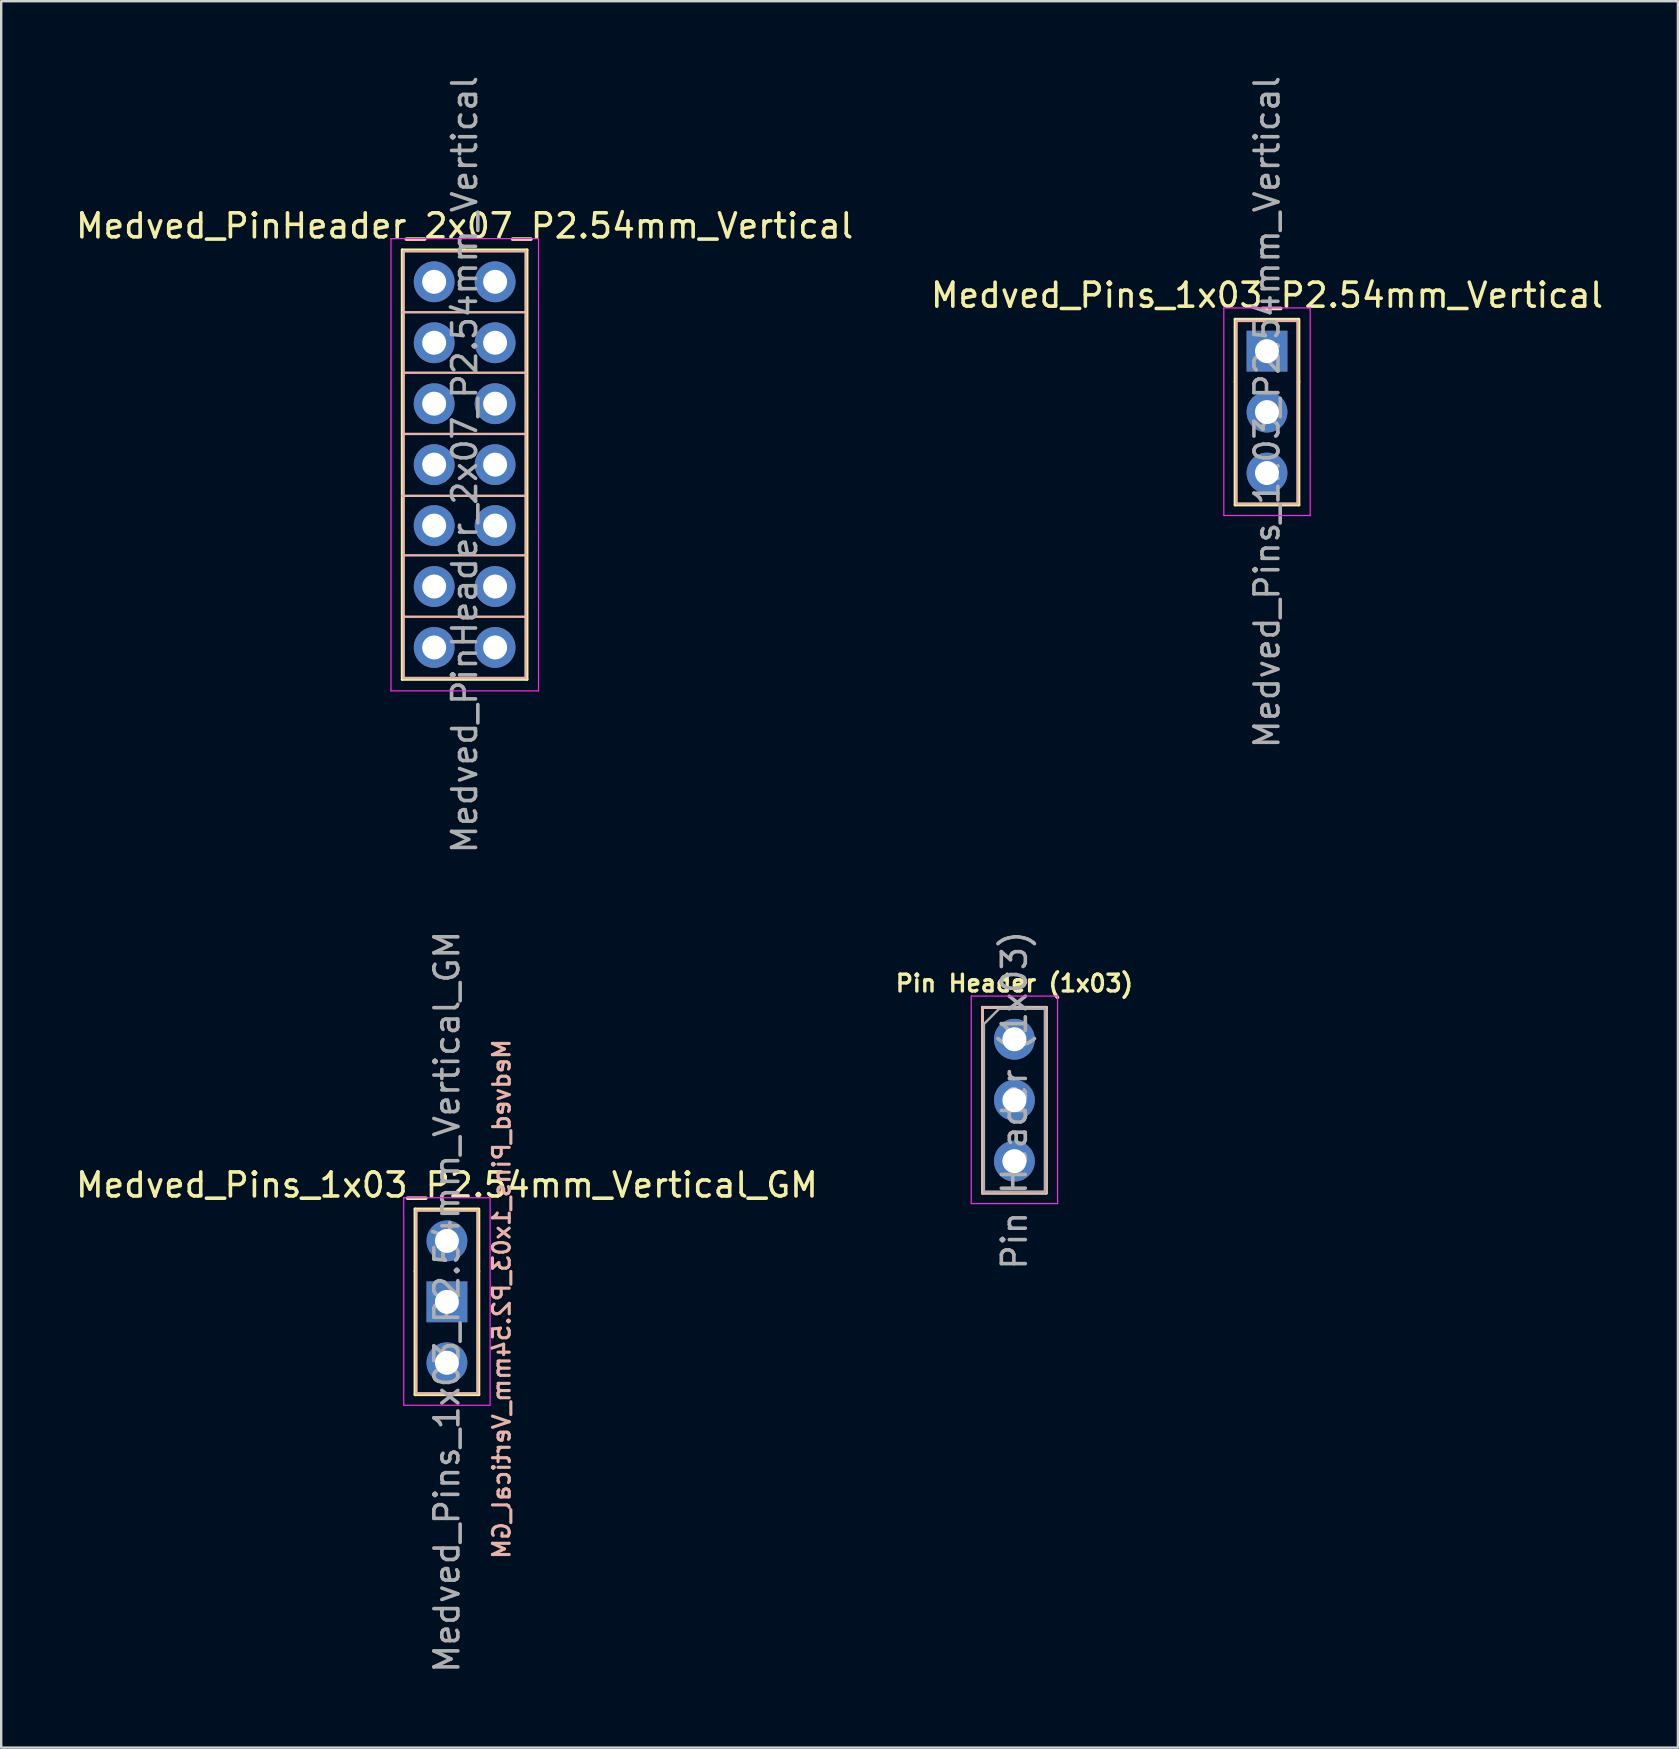
<source format=kicad_pcb>
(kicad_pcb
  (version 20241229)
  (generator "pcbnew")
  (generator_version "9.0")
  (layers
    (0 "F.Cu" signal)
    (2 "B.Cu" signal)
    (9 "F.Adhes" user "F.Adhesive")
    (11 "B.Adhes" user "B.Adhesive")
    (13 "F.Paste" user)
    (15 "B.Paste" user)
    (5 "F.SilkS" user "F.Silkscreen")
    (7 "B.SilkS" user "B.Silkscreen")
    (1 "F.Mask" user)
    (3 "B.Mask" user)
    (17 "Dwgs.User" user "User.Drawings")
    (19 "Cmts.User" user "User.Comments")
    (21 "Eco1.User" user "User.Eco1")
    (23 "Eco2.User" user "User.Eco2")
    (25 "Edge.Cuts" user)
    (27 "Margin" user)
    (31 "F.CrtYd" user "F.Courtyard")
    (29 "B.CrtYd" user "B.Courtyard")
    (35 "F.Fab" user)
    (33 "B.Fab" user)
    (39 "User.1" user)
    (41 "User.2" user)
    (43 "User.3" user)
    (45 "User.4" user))
  (footprint "Medved_Pins_1x03_P2.54mm_Vertical"
    (layer "F.Cu")
    (at 49.756 11.585)
    (property "Reference" "Medved_Pins_1x03_P2.54mm_Vertical" (at 0 -2.33 0) (layer "F.SilkS") (effects (font (size 1 1) (thickness 0.15))))
    (attr through_hole)
    (fp_line (start -1.33 -1.33) (end 1.3 -1.33) (stroke (width 0.12) (type solid)) (layer "F.SilkS"))
    (fp_line (start -1.33 1.27) (end -1.33 -1.33) (stroke (width 0.12) (type solid)) (layer "F.SilkS"))
    (fp_line (start -1.33 1.27) (end -1.33 6.41) (stroke (width 0.12) (type solid)) (layer "F.SilkS"))
    (fp_line (start -1.33 6.41) (end 1.33 6.41) (stroke (width 0.12) (type solid)) (layer "F.SilkS"))
    (fp_line (start 1.33 1.27) (end 1.33 -1.33) (stroke (width 0.12) (type solid)) (layer "F.SilkS"))
    (fp_line (start 1.33 1.27) (end 1.33 6.41) (stroke (width 0.12) (type solid)) (layer "F.SilkS"))
    (fp_line (start -1.27 -1.26) (end 1.27 -1.26) (stroke (width 0.1) (type solid)) (layer "B.SilkS"))
    (fp_line (start -1.27 6.35) (end -1.27 -1.26) (stroke (width 0.1) (type solid)) (layer "B.SilkS"))
    (fp_line (start 1.27 6.35) (end -1.27 6.35) (stroke (width 0.1) (type solid)) (layer "B.SilkS"))
    (fp_line (start 1.27 -1.26) (end 1.27 6.35) (stroke (width 0.1) (type solid)) (layer "B.SilkS"))
    (fp_line (start -1.8 -1.8) (end -1.8 6.85) (stroke (width 0.05) (type solid)) (layer "F.CrtYd"))
    (fp_line (start -1.8 6.85) (end 1.8 6.85) (stroke (width 0.05) (type solid)) (layer "F.CrtYd"))
    (fp_line (start 1.8 -1.8) (end -1.8 -1.8) (stroke (width 0.05) (type solid)) (layer "F.CrtYd"))
    (fp_line (start 1.8 6.85) (end 1.8 -1.8) (stroke (width 0.05) (type solid)) (layer "F.CrtYd"))
    (fp_text user "${REFERENCE}" (at 0 2.54 90) (layer "F.Fab") (effects (font (size 1 1) (thickness 0.15))))
    (pad "1" thru_hole rect (at 0 0) (size 1.7 1.7) (drill 1) (layers "*.Cu" "*.Mask"))
    (pad "2" thru_hole oval (at 0 2.54) (size 1.7 1.7) (drill 1) (layers "*.Cu" "*.Mask"))
    (pad "3" thru_hole oval (at 0 5.08) (size 1.7 1.7) (drill 1) (layers "*.Cu" "*.Mask")))
  (footprint "Pin Header (1x03)"
    (layer "F.Cu")
    (at 39.228 40.264)
    (property "Reference" "Pin Header (1x03)" (at 0 -2.33 0) (layer "F.SilkS") (effects (font (size 0.7 0.7) (thickness 0.14))))
    (attr through_hole)
    (fp_line (start -1.33 -1.33) (end -1.33 6.41) (stroke (width 0.12) (type solid)) (layer "F.SilkS"))
    (fp_line (start -1.33 -1.33) (end 1.33 -1.33) (stroke (width 0.12) (type solid)) (layer "F.SilkS"))
    (fp_line (start -1.33 6.41) (end 1.33 6.41) (stroke (width 0.12) (type solid)) (layer "F.SilkS"))
    (fp_line (start 1.33 -1.33) (end 1.33 6.41) (stroke (width 0.12) (type solid)) (layer "F.SilkS"))
    (fp_line (start -1.33 -1.33) (end -1.33 6.41) (stroke (width 0.12) (type solid)) (layer "B.SilkS"))
    (fp_line (start -1.33 -1.33) (end 1.33 -1.33) (stroke (width 0.12) (type solid)) (layer "B.SilkS"))
    (fp_line (start -1.33 6.41) (end 1.33 6.41) (stroke (width 0.12) (type solid)) (layer "B.SilkS"))
    (fp_line (start 1.33 -1.33) (end 1.33 6.41) (stroke (width 0.12) (type solid)) (layer "B.SilkS"))
    (fp_line (start -1.8 -1.8) (end -1.8 6.85) (stroke (width 0.05) (type solid)) (layer "F.CrtYd"))
    (fp_line (start -1.8 6.85) (end 1.8 6.85) (stroke (width 0.05) (type solid)) (layer "F.CrtYd"))
    (fp_line (start 1.8 -1.8) (end -1.8 -1.8) (stroke (width 0.05) (type solid)) (layer "F.CrtYd"))
    (fp_line (start 1.8 6.85) (end 1.8 -1.8) (stroke (width 0.05) (type solid)) (layer "F.CrtYd"))
    (fp_line (start -1.27 -0.635) (end -0.635 -1.27) (stroke (width 0.1) (type solid)) (layer "F.Fab"))
    (fp_line (start -1.27 6.35) (end -1.27 -0.635) (stroke (width 0.1) (type solid)) (layer "F.Fab"))
    (fp_line (start -0.635 -1.27) (end 1.27 -1.27) (stroke (width 0.1) (type solid)) (layer "F.Fab"))
    (fp_line (start 1.27 -1.27) (end 1.27 6.35) (stroke (width 0.1) (type solid)) (layer "F.Fab"))
    (fp_line (start 1.27 6.35) (end -1.27 6.35) (stroke (width 0.1) (type solid)) (layer "F.Fab"))
    (fp_text user "${REFERENCE}" (at 0 2.54 90) (layer "F.Fab") (effects (font (size 1 1) (thickness 0.15))))
    (pad "1" thru_hole circle (at 0 0) (size 1.7 1.7) (drill 1) (layers "*.Cu" "*.Mask"))
    (pad "2" thru_hole oval (at 0 2.54) (size 1.7 1.7) (drill 1) (layers "*.Cu" "*.Mask"))
    (pad "3" thru_hole oval (at 0 5.08) (size 1.7 1.7) (drill 1) (layers "*.Cu" "*.Mask")))
  (footprint "Medved_Pins_1x03_P2.54mm_Vertical_GM"
    (layer "F.Cu")
    (at 15.577 48.668)
    (property "Reference" "Medved_Pins_1x03_P2.54mm_Vertical_GM" (at 0 -2.33 0) (layer "F.SilkS") (effects (font (size 1 1) (thickness 0.15))))
    (attr through_hole)
    (fp_line (start -1.33 -1.33) (end 1.3 -1.33) (stroke (width 0.12) (type solid)) (layer "F.SilkS"))
    (fp_line (start -1.33 1.27) (end -1.33 -1.33) (stroke (width 0.12) (type solid)) (layer "F.SilkS"))
    (fp_line (start -1.33 1.27) (end -1.33 6.41) (stroke (width 0.12) (type solid)) (layer "F.SilkS"))
    (fp_line (start -1.33 6.41) (end 1.33 6.41) (stroke (width 0.12) (type solid)) (layer "F.SilkS"))
    (fp_line (start 1.33 1.27) (end 1.33 -1.33) (stroke (width 0.12) (type solid)) (layer "F.SilkS"))
    (fp_line (start 1.33 1.27) (end 1.33 6.41) (stroke (width 0.12) (type solid)) (layer "F.SilkS"))
    (fp_line (start -1.27 -1.26) (end 1.27 -1.26) (stroke (width 0.1) (type solid)) (layer "B.SilkS"))
    (fp_line (start -1.27 6.35) (end -1.27 -1.26) (stroke (width 0.1) (type solid)) (layer "B.SilkS"))
    (fp_line (start 1.27 6.35) (end -1.27 6.35) (stroke (width 0.1) (type solid)) (layer "B.SilkS"))
    (fp_line (start 1.27 -1.26) (end 1.27 6.35) (stroke (width 0.1) (type solid)) (layer "B.SilkS"))
    (fp_line (start -1.8 -1.8) (end -1.8 6.85) (stroke (width 0.05) (type solid)) (layer "F.CrtYd"))
    (fp_line (start -1.8 6.85) (end 1.8 6.85) (stroke (width 0.05) (type solid)) (layer "F.CrtYd"))
    (fp_line (start 1.8 -1.8) (end -1.8 -1.8) (stroke (width 0.05) (type solid)) (layer "F.CrtYd"))
    (fp_line (start 1.8 6.85) (end 1.8 -1.8) (stroke (width 0.05) (type solid)) (layer "F.CrtYd"))
    (fp_text user "${REFERENCE}" (at 2.28 2.42 90) (layer "B.SilkS") (effects (font (size 0.7 0.7) (thickness 0.13) (bold yes)) (justify mirror)))
    (fp_text user "${REFERENCE}" (at 0 2.54 90) (layer "F.Fab") (effects (font (size 1 1) (thickness 0.15))))
    (pad "1" thru_hole circle (at 0 0) (size 1.7 1.7) (drill 1) (layers "*.Cu" "*.Mask"))
    (pad "2" thru_hole rect (at 0 2.54) (size 1.7 1.7) (drill 1) (layers "*.Cu" "*.Mask"))
    (pad "3" thru_hole oval (at 0 5.08) (size 1.7 1.7) (drill 1) (layers "*.Cu" "*.Mask")))
  (footprint "Medved_PinHeader_2x07_P2.54mm_Vertical"
    (layer "F.Cu")
    (at 15.045 8.695)
    (property "Reference" "Medved_PinHeader_2x07_P2.54mm_Vertical" (at 1.27 -2.33 0) (layer "F.SilkS") (effects (font (size 1 1) (thickness 0.15))))
    (attr through_hole)
    (fp_line (start -1.33 -1.33) (end 1.27 -1.33) (stroke (width 0.12) (type solid)) (layer "F.SilkS"))
    (fp_line (start -1.33 1.27) (end -1.33 -1.33) (stroke (width 0.12) (type solid)) (layer "F.SilkS"))
    (fp_line (start -1.33 1.27) (end -1.33 16.57) (stroke (width 0.12) (type solid)) (layer "F.SilkS"))
    (fp_line (start -1.33 16.57) (end 3.87 16.57) (stroke (width 0.12) (type solid)) (layer "F.SilkS"))
    (fp_line (start 1.27 -1.33) (end 3.87 -1.33) (stroke (width 0.12) (type solid)) (layer "F.SilkS"))
    (fp_line (start 3.87 -1.33) (end 3.87 16.57) (stroke (width 0.12) (type solid)) (layer "F.SilkS"))
    (fp_line (start -1.33 1.27) (end 3.76 1.27) (stroke (width 0.1) (type default)) (layer "B.SilkS"))
    (fp_line (start -1.33 8.92) (end 3.76 8.92) (stroke (width 0.1) (type default)) (layer "B.SilkS"))
    (fp_line (start -1.29 6.34) (end 3.8 6.34) (stroke (width 0.1) (type default)) (layer "B.SilkS"))
    (fp_line (start -1.28 11.4) (end 3.81 11.4) (stroke (width 0.1) (type default)) (layer "B.SilkS"))
    (fp_line (start -1.27 -1.27) (end 3.81 -1.27) (stroke (width 0.1) (type solid)) (layer "B.SilkS"))
    (fp_line (start -1.27 16.51) (end -1.27 -1.27) (stroke (width 0.1) (type solid)) (layer "B.SilkS"))
    (fp_line (start -1.25 13.96) (end 3.81 13.96) (stroke (width 0.1) (type default)) (layer "B.SilkS"))
    (fp_line (start -1.22 3.79) (end 3.8 3.79) (stroke (width 0.1) (type default)) (layer "B.SilkS"))
    (fp_line (start 3.81 -1.27) (end 3.81 16.51) (stroke (width 0.1) (type solid)) (layer "B.SilkS"))
    (fp_line (start 3.81 16.51) (end -1.27 16.51) (stroke (width 0.1) (type solid)) (layer "B.SilkS"))
    (fp_line (start -1.8 -1.8) (end -1.8 17.05) (stroke (width 0.05) (type solid)) (layer "F.CrtYd"))
    (fp_line (start -1.8 17.05) (end 4.35 17.05) (stroke (width 0.05) (type solid)) (layer "F.CrtYd"))
    (fp_line (start 4.35 -1.8) (end -1.8 -1.8) (stroke (width 0.05) (type solid)) (layer "F.CrtYd"))
    (fp_line (start 4.35 17.05) (end 4.35 -1.8) (stroke (width 0.05) (type solid)) (layer "F.CrtYd"))
    (fp_text user "${REFERENCE}" (at 1.27 7.62 90) (layer "F.Fab") (effects (font (size 1 1) (thickness 0.15))))
    (pad "1" thru_hole circle (at 0 0) (size 1.7 1.7) (drill 1) (layers "*.Cu" "*.Mask"))
    (pad "2" thru_hole oval (at 2.54 0) (size 1.7 1.7) (drill 1) (layers "*.Cu" "*.Mask"))
    (pad "3" thru_hole oval (at 0 2.54) (size 1.7 1.7) (drill 1) (layers "*.Cu" "*.Mask"))
    (pad "4" thru_hole oval (at 2.54 2.54) (size 1.7 1.7) (drill 1) (layers "*.Cu" "*.Mask"))
    (pad "5" thru_hole oval (at 0 5.08) (size 1.7 1.7) (drill 1) (layers "*.Cu" "*.Mask"))
    (pad "6" thru_hole oval (at 2.54 5.08) (size 1.7 1.7) (drill 1) (layers "*.Cu" "*.Mask"))
    (pad "7" thru_hole oval (at 0 7.62) (size 1.7 1.7) (drill 1) (layers "*.Cu" "*.Mask"))
    (pad "8" thru_hole oval (at 2.54 7.62) (size 1.7 1.7) (drill 1) (layers "*.Cu" "*.Mask"))
    (pad "9" thru_hole oval (at 0 10.16) (size 1.7 1.7) (drill 1) (layers "*.Cu" "*.Mask"))
    (pad "10" thru_hole oval (at 2.54 10.16) (size 1.7 1.7) (drill 1) (layers "*.Cu" "*.Mask"))
    (pad "11" thru_hole oval (at 0 12.7) (size 1.7 1.7) (drill 1) (layers "*.Cu" "*.Mask"))
    (pad "12" thru_hole oval (at 2.54 12.7) (size 1.7 1.7) (drill 1) (layers "*.Cu" "*.Mask"))
    (pad "13" thru_hole oval (at 0 15.24) (size 1.7 1.7) (drill 1) (layers "*.Cu" "*.Mask"))
    (pad "14" thru_hole oval (at 2.54 15.24) (size 1.7 1.7) (drill 1) (layers "*.Cu" "*.Mask")))
  (gr_rect
    (start -3 -3)
    (end 66.881 69.786)
    (stroke (width 0.1) (type default))
    (fill no)
    (layer "Edge.Cuts")))
</source>
